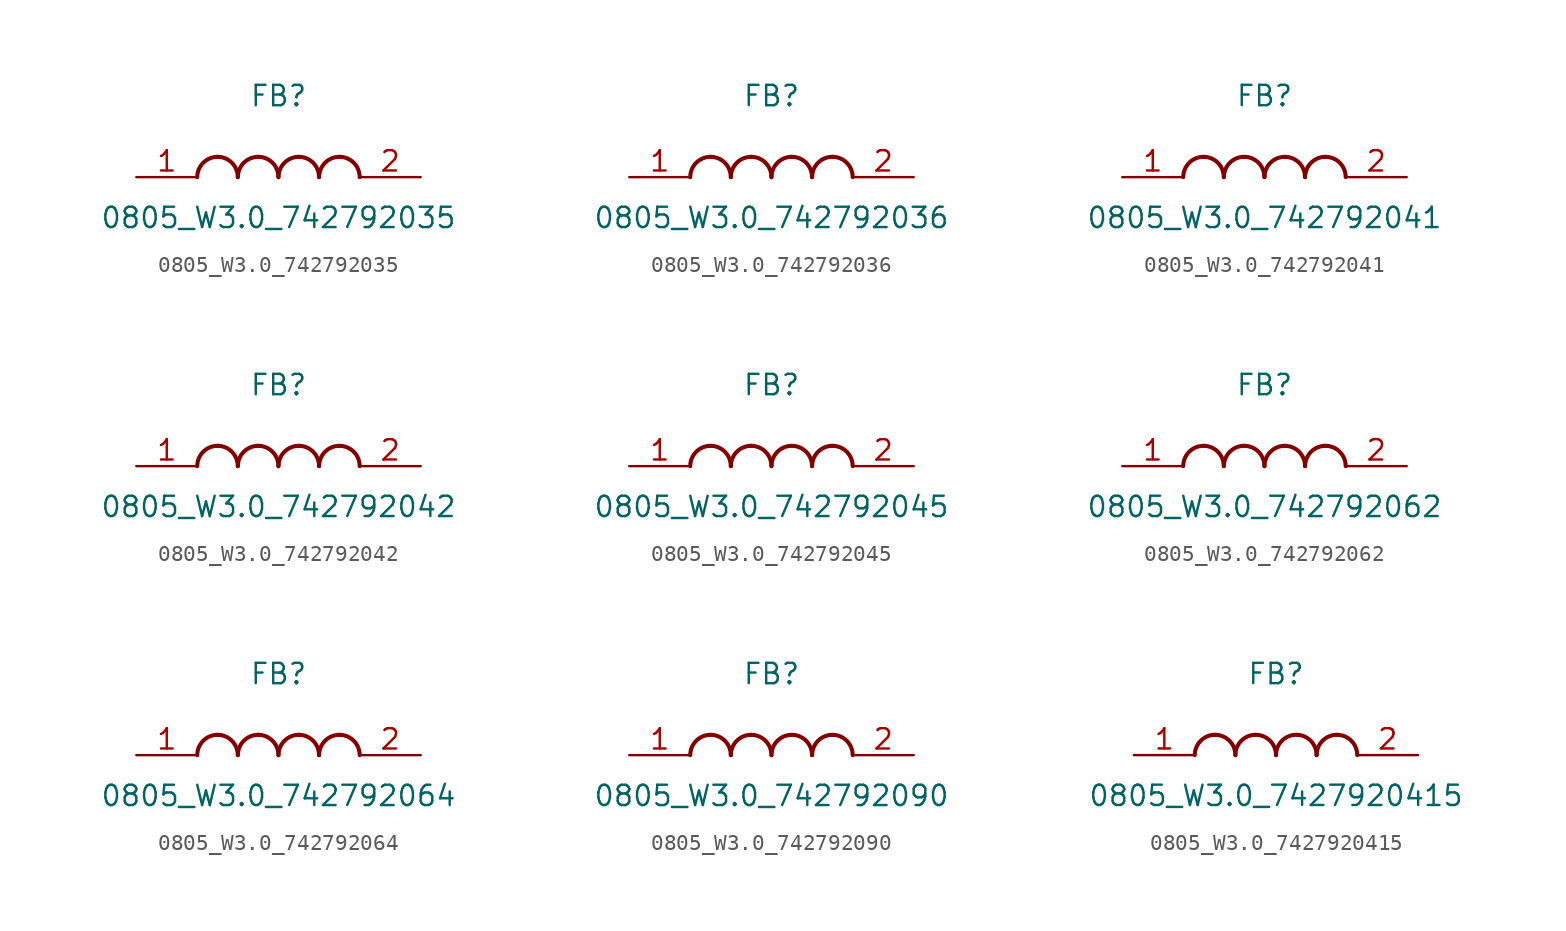
<source format=kicad_sym>
(kicad_symbol_lib
  (version 20211014)
  (generator kicad_symbol_editor)
  (symbol "Ferrite_Wurth_WE-CBF:0805_W3.0_742792035"
    (pin_names hide)
    (property "Reference" "FB"
      (at 0 5.08 0)
      (effects (font (size 1.27 1.27))))
    (property "Value" "0805_W3.0_742792035"
      (at 0 -2.54 0)
      (effects (font (size 1.27 1.27))))
    (symbol "0805_W3.0_742792035_0_1"
      (arc (start -3.81 1.27) (mid -4.708 0.898) (end -5.08 0) (stroke (width 0.254) (type default)) (fill (type none)))
      (arc (start -2.54 0) (mid -2.912 0.898) (end -3.81 1.27) (stroke (width 0.254) (type default)) (fill (type none)))
      (arc (start -1.2699 1.2701) (mid -2.1679 0.8981) (end -2.5399 0.0001) (stroke (width 0.254) (type default)) (fill (type none)))
      (arc (start 0.0001 0.0001) (mid -0.3719 0.8981) (end -1.2699 1.2701) (stroke (width 0.254) (type default)) (fill (type none)))
      (arc (start 1.2701 1.2701) (mid 0.3721 0.8981) (end 0.0001 0.0001) (stroke (width 0.254) (type default)) (fill (type none)))
      (arc (start 2.5401 0.0001) (mid 2.1681 0.8981) (end 1.2701 1.2701) (stroke (width 0.254) (type default)) (fill (type none)))
      (arc (start 3.8101 1.2701) (mid 2.9121 0.8981) (end 2.5401 0.0001) (stroke (width 0.254) (type default)) (fill (type none)))
      (arc (start 5.0801 0.0001) (mid 4.7081 0.8981) (end 3.8101 1.2701) (stroke (width 0.254) (type default)) (fill (type none))))
    (symbol "0805_W3.0_742792035_1_1"
      (pin passive line (at -8.89 0 0) (length 3.81) (name "1" (effects (font (size 1.27 1.27)))) (number "1" (effects (font (size 1.27 1.27)))))
      (pin passive line (at 8.89 0 180) (length 3.81) (name "2" (effects (font (size 1.27 1.27)))) (number "2" (effects (font (size 1.27 1.27)))))))
  (symbol "Ferrite_Wurth_WE-CBF:0805_W3.0_742792036"
    (pin_names hide)
    (property "Reference" "FB"
      (at 0 5.08 0)
      (effects (font (size 1.27 1.27))))
    (property "Value" "0805_W3.0_742792036"
      (at 0 -2.54 0)
      (effects (font (size 1.27 1.27))))
    (symbol "0805_W3.0_742792036_0_1"
      (arc (start -3.81 1.27) (mid -4.708 0.898) (end -5.08 0) (stroke (width 0.254) (type default)) (fill (type none)))
      (arc (start -2.54 0) (mid -2.912 0.898) (end -3.81 1.27) (stroke (width 0.254) (type default)) (fill (type none)))
      (arc (start -1.2699 1.2701) (mid -2.1679 0.8981) (end -2.5399 0.0001) (stroke (width 0.254) (type default)) (fill (type none)))
      (arc (start 0.0001 0.0001) (mid -0.3719 0.8981) (end -1.2699 1.2701) (stroke (width 0.254) (type default)) (fill (type none)))
      (arc (start 1.2701 1.2701) (mid 0.3721 0.8981) (end 0.0001 0.0001) (stroke (width 0.254) (type default)) (fill (type none)))
      (arc (start 2.5401 0.0001) (mid 2.1681 0.8981) (end 1.2701 1.2701) (stroke (width 0.254) (type default)) (fill (type none)))
      (arc (start 3.8101 1.2701) (mid 2.9121 0.8981) (end 2.5401 0.0001) (stroke (width 0.254) (type default)) (fill (type none)))
      (arc (start 5.0801 0.0001) (mid 4.7081 0.8981) (end 3.8101 1.2701) (stroke (width 0.254) (type default)) (fill (type none))))
    (symbol "0805_W3.0_742792036_1_1"
      (pin passive line (at -8.89 0 0) (length 3.81) (name "1" (effects (font (size 1.27 1.27)))) (number "1" (effects (font (size 1.27 1.27)))))
      (pin passive line (at 8.89 0 180) (length 3.81) (name "2" (effects (font (size 1.27 1.27)))) (number "2" (effects (font (size 1.27 1.27)))))))
  (symbol "Ferrite_Wurth_WE-CBF:0805_W3.0_742792041"
    (pin_names hide)
    (property "Reference" "FB"
      (at 0 5.08 0)
      (effects (font (size 1.27 1.27))))
    (property "Value" "0805_W3.0_742792041"
      (at 0 -2.54 0)
      (effects (font (size 1.27 1.27))))
    (symbol "0805_W3.0_742792041_0_1"
      (arc (start -3.81 1.27) (mid -4.708 0.898) (end -5.08 0) (stroke (width 0.254) (type default)) (fill (type none)))
      (arc (start -2.54 0) (mid -2.912 0.898) (end -3.81 1.27) (stroke (width 0.254) (type default)) (fill (type none)))
      (arc (start -1.2699 1.2701) (mid -2.1679 0.8981) (end -2.5399 0.0001) (stroke (width 0.254) (type default)) (fill (type none)))
      (arc (start 0.0001 0.0001) (mid -0.3719 0.8981) (end -1.2699 1.2701) (stroke (width 0.254) (type default)) (fill (type none)))
      (arc (start 1.2701 1.2701) (mid 0.3721 0.8981) (end 0.0001 0.0001) (stroke (width 0.254) (type default)) (fill (type none)))
      (arc (start 2.5401 0.0001) (mid 2.1681 0.8981) (end 1.2701 1.2701) (stroke (width 0.254) (type default)) (fill (type none)))
      (arc (start 3.8101 1.2701) (mid 2.9121 0.8981) (end 2.5401 0.0001) (stroke (width 0.254) (type default)) (fill (type none)))
      (arc (start 5.0801 0.0001) (mid 4.7081 0.8981) (end 3.8101 1.2701) (stroke (width 0.254) (type default)) (fill (type none))))
    (symbol "0805_W3.0_742792041_1_1"
      (pin passive line (at -8.89 0 0) (length 3.81) (name "1" (effects (font (size 1.27 1.27)))) (number "1" (effects (font (size 1.27 1.27)))))
      (pin passive line (at 8.89 0 180) (length 3.81) (name "2" (effects (font (size 1.27 1.27)))) (number "2" (effects (font (size 1.27 1.27)))))))
  (symbol "Ferrite_Wurth_WE-CBF:0805_W3.0_742792042"
    (pin_names hide)
    (property "Reference" "FB"
      (at 0 5.08 0)
      (effects (font (size 1.27 1.27))))
    (property "Value" "0805_W3.0_742792042"
      (at 0 -2.54 0)
      (effects (font (size 1.27 1.27))))
    (symbol "0805_W3.0_742792042_0_1"
      (arc (start -3.81 1.27) (mid -4.708 0.898) (end -5.08 0) (stroke (width 0.254) (type default)) (fill (type none)))
      (arc (start -2.54 0) (mid -2.912 0.898) (end -3.81 1.27) (stroke (width 0.254) (type default)) (fill (type none)))
      (arc (start -1.2699 1.2701) (mid -2.1679 0.8981) (end -2.5399 0.0001) (stroke (width 0.254) (type default)) (fill (type none)))
      (arc (start 0.0001 0.0001) (mid -0.3719 0.8981) (end -1.2699 1.2701) (stroke (width 0.254) (type default)) (fill (type none)))
      (arc (start 1.2701 1.2701) (mid 0.3721 0.8981) (end 0.0001 0.0001) (stroke (width 0.254) (type default)) (fill (type none)))
      (arc (start 2.5401 0.0001) (mid 2.1681 0.8981) (end 1.2701 1.2701) (stroke (width 0.254) (type default)) (fill (type none)))
      (arc (start 3.8101 1.2701) (mid 2.9121 0.8981) (end 2.5401 0.0001) (stroke (width 0.254) (type default)) (fill (type none)))
      (arc (start 5.0801 0.0001) (mid 4.7081 0.8981) (end 3.8101 1.2701) (stroke (width 0.254) (type default)) (fill (type none))))
    (symbol "0805_W3.0_742792042_1_1"
      (pin passive line (at -8.89 0 0) (length 3.81) (name "1" (effects (font (size 1.27 1.27)))) (number "1" (effects (font (size 1.27 1.27)))))
      (pin passive line (at 8.89 0 180) (length 3.81) (name "2" (effects (font (size 1.27 1.27)))) (number "2" (effects (font (size 1.27 1.27)))))))
  (symbol "Ferrite_Wurth_WE-CBF:0805_W3.0_742792045"
    (pin_names hide)
    (property "Reference" "FB"
      (at 0 5.08 0)
      (effects (font (size 1.27 1.27))))
    (property "Value" "0805_W3.0_742792045"
      (at 0 -2.54 0)
      (effects (font (size 1.27 1.27))))
    (symbol "0805_W3.0_742792045_0_1"
      (arc (start -3.81 1.27) (mid -4.708 0.898) (end -5.08 0) (stroke (width 0.254) (type default)) (fill (type none)))
      (arc (start -2.54 0) (mid -2.912 0.898) (end -3.81 1.27) (stroke (width 0.254) (type default)) (fill (type none)))
      (arc (start -1.2699 1.2701) (mid -2.1679 0.8981) (end -2.5399 0.0001) (stroke (width 0.254) (type default)) (fill (type none)))
      (arc (start 0.0001 0.0001) (mid -0.3719 0.8981) (end -1.2699 1.2701) (stroke (width 0.254) (type default)) (fill (type none)))
      (arc (start 1.2701 1.2701) (mid 0.3721 0.8981) (end 0.0001 0.0001) (stroke (width 0.254) (type default)) (fill (type none)))
      (arc (start 2.5401 0.0001) (mid 2.1681 0.8981) (end 1.2701 1.2701) (stroke (width 0.254) (type default)) (fill (type none)))
      (arc (start 3.8101 1.2701) (mid 2.9121 0.8981) (end 2.5401 0.0001) (stroke (width 0.254) (type default)) (fill (type none)))
      (arc (start 5.0801 0.0001) (mid 4.7081 0.8981) (end 3.8101 1.2701) (stroke (width 0.254) (type default)) (fill (type none))))
    (symbol "0805_W3.0_742792045_1_1"
      (pin passive line (at -8.89 0 0) (length 3.81) (name "1" (effects (font (size 1.27 1.27)))) (number "1" (effects (font (size 1.27 1.27)))))
      (pin passive line (at 8.89 0 180) (length 3.81) (name "2" (effects (font (size 1.27 1.27)))) (number "2" (effects (font (size 1.27 1.27)))))))
  (symbol "Ferrite_Wurth_WE-CBF:0805_W3.0_742792062"
    (pin_names hide)
    (property "Reference" "FB"
      (at 0 5.08 0)
      (effects (font (size 1.27 1.27))))
    (property "Value" "0805_W3.0_742792062"
      (at 0 -2.54 0)
      (effects (font (size 1.27 1.27))))
    (symbol "0805_W3.0_742792062_0_1"
      (arc (start -3.81 1.27) (mid -4.708 0.898) (end -5.08 0) (stroke (width 0.254) (type default)) (fill (type none)))
      (arc (start -2.54 0) (mid -2.912 0.898) (end -3.81 1.27) (stroke (width 0.254) (type default)) (fill (type none)))
      (arc (start -1.2699 1.2701) (mid -2.1679 0.8981) (end -2.5399 0.0001) (stroke (width 0.254) (type default)) (fill (type none)))
      (arc (start 0.0001 0.0001) (mid -0.3719 0.8981) (end -1.2699 1.2701) (stroke (width 0.254) (type default)) (fill (type none)))
      (arc (start 1.2701 1.2701) (mid 0.3721 0.8981) (end 0.0001 0.0001) (stroke (width 0.254) (type default)) (fill (type none)))
      (arc (start 2.5401 0.0001) (mid 2.1681 0.8981) (end 1.2701 1.2701) (stroke (width 0.254) (type default)) (fill (type none)))
      (arc (start 3.8101 1.2701) (mid 2.9121 0.8981) (end 2.5401 0.0001) (stroke (width 0.254) (type default)) (fill (type none)))
      (arc (start 5.0801 0.0001) (mid 4.7081 0.8981) (end 3.8101 1.2701) (stroke (width 0.254) (type default)) (fill (type none))))
    (symbol "0805_W3.0_742792062_1_1"
      (pin passive line (at -8.89 0 0) (length 3.81) (name "1" (effects (font (size 1.27 1.27)))) (number "1" (effects (font (size 1.27 1.27)))))
      (pin passive line (at 8.89 0 180) (length 3.81) (name "2" (effects (font (size 1.27 1.27)))) (number "2" (effects (font (size 1.27 1.27)))))))
  (symbol "Ferrite_Wurth_WE-CBF:0805_W3.0_742792064"
    (pin_names hide)
    (property "Reference" "FB"
      (at 0 5.08 0)
      (effects (font (size 1.27 1.27))))
    (property "Value" "0805_W3.0_742792064"
      (at 0 -2.54 0)
      (effects (font (size 1.27 1.27))))
    (symbol "0805_W3.0_742792064_0_1"
      (arc (start -3.81 1.27) (mid -4.708 0.898) (end -5.08 0) (stroke (width 0.254) (type default)) (fill (type none)))
      (arc (start -2.54 0) (mid -2.912 0.898) (end -3.81 1.27) (stroke (width 0.254) (type default)) (fill (type none)))
      (arc (start -1.2699 1.2701) (mid -2.1679 0.8981) (end -2.5399 0.0001) (stroke (width 0.254) (type default)) (fill (type none)))
      (arc (start 0.0001 0.0001) (mid -0.3719 0.8981) (end -1.2699 1.2701) (stroke (width 0.254) (type default)) (fill (type none)))
      (arc (start 1.2701 1.2701) (mid 0.3721 0.8981) (end 0.0001 0.0001) (stroke (width 0.254) (type default)) (fill (type none)))
      (arc (start 2.5401 0.0001) (mid 2.1681 0.8981) (end 1.2701 1.2701) (stroke (width 0.254) (type default)) (fill (type none)))
      (arc (start 3.8101 1.2701) (mid 2.9121 0.8981) (end 2.5401 0.0001) (stroke (width 0.254) (type default)) (fill (type none)))
      (arc (start 5.0801 0.0001) (mid 4.7081 0.8981) (end 3.8101 1.2701) (stroke (width 0.254) (type default)) (fill (type none))))
    (symbol "0805_W3.0_742792064_1_1"
      (pin passive line (at -8.89 0 0) (length 3.81) (name "1" (effects (font (size 1.27 1.27)))) (number "1" (effects (font (size 1.27 1.27)))))
      (pin passive line (at 8.89 0 180) (length 3.81) (name "2" (effects (font (size 1.27 1.27)))) (number "2" (effects (font (size 1.27 1.27)))))))
  (symbol "Ferrite_Wurth_WE-CBF:0805_W3.0_742792090"
    (pin_names hide)
    (property "Reference" "FB"
      (at 0 5.08 0)
      (effects (font (size 1.27 1.27))))
    (property "Value" "0805_W3.0_742792090"
      (at 0 -2.54 0)
      (effects (font (size 1.27 1.27))))
    (symbol "0805_W3.0_742792090_0_1"
      (arc (start -3.81 1.27) (mid -4.708 0.898) (end -5.08 0) (stroke (width 0.254) (type default)) (fill (type none)))
      (arc (start -2.54 0) (mid -2.912 0.898) (end -3.81 1.27) (stroke (width 0.254) (type default)) (fill (type none)))
      (arc (start -1.2699 1.2701) (mid -2.1679 0.8981) (end -2.5399 0.0001) (stroke (width 0.254) (type default)) (fill (type none)))
      (arc (start 0.0001 0.0001) (mid -0.3719 0.8981) (end -1.2699 1.2701) (stroke (width 0.254) (type default)) (fill (type none)))
      (arc (start 1.2701 1.2701) (mid 0.3721 0.8981) (end 0.0001 0.0001) (stroke (width 0.254) (type default)) (fill (type none)))
      (arc (start 2.5401 0.0001) (mid 2.1681 0.8981) (end 1.2701 1.2701) (stroke (width 0.254) (type default)) (fill (type none)))
      (arc (start 3.8101 1.2701) (mid 2.9121 0.8981) (end 2.5401 0.0001) (stroke (width 0.254) (type default)) (fill (type none)))
      (arc (start 5.0801 0.0001) (mid 4.7081 0.8981) (end 3.8101 1.2701) (stroke (width 0.254) (type default)) (fill (type none))))
    (symbol "0805_W3.0_742792090_1_1"
      (pin passive line (at -8.89 0 0) (length 3.81) (name "1" (effects (font (size 1.27 1.27)))) (number "1" (effects (font (size 1.27 1.27)))))
      (pin passive line (at 8.89 0 180) (length 3.81) (name "2" (effects (font (size 1.27 1.27)))) (number "2" (effects (font (size 1.27 1.27)))))))
  (symbol "Ferrite_Wurth_WE-CBF:0805_W3.0_7427920415"
    (pin_names hide)
    (property "Reference" "FB"
      (at 0 5.08 0)
      (effects (font (size 1.27 1.27))))
    (property "Value" "0805_W3.0_7427920415"
      (at 0 -2.54 0)
      (effects (font (size 1.27 1.27))))
    (symbol "0805_W3.0_7427920415_0_1"
      (arc (start -3.81 1.27) (mid -4.708 0.898) (end -5.08 0) (stroke (width 0.254) (type default)) (fill (type none)))
      (arc (start -2.54 0) (mid -2.912 0.898) (end -3.81 1.27) (stroke (width 0.254) (type default)) (fill (type none)))
      (arc (start -1.2699 1.2701) (mid -2.1679 0.8981) (end -2.5399 0.0001) (stroke (width 0.254) (type default)) (fill (type none)))
      (arc (start 0.0001 0.0001) (mid -0.3719 0.8981) (end -1.2699 1.2701) (stroke (width 0.254) (type default)) (fill (type none)))
      (arc (start 1.2701 1.2701) (mid 0.3721 0.8981) (end 0.0001 0.0001) (stroke (width 0.254) (type default)) (fill (type none)))
      (arc (start 2.5401 0.0001) (mid 2.1681 0.8981) (end 1.2701 1.2701) (stroke (width 0.254) (type default)) (fill (type none)))
      (arc (start 3.8101 1.2701) (mid 2.9121 0.8981) (end 2.5401 0.0001) (stroke (width 0.254) (type default)) (fill (type none)))
      (arc (start 5.0801 0.0001) (mid 4.7081 0.8981) (end 3.8101 1.2701) (stroke (width 0.254) (type default)) (fill (type none))))
    (symbol "0805_W3.0_7427920415_1_1"
      (pin passive line (at -8.89 0 0) (length 3.81) (name "1" (effects (font (size 1.27 1.27)))) (number "1" (effects (font (size 1.27 1.27)))))
      (pin passive line (at 8.89 0 180) (length 3.81) (name "2" (effects (font (size 1.27 1.27)))) (number "2" (effects (font (size 1.27 1.27))))))))
</source>
